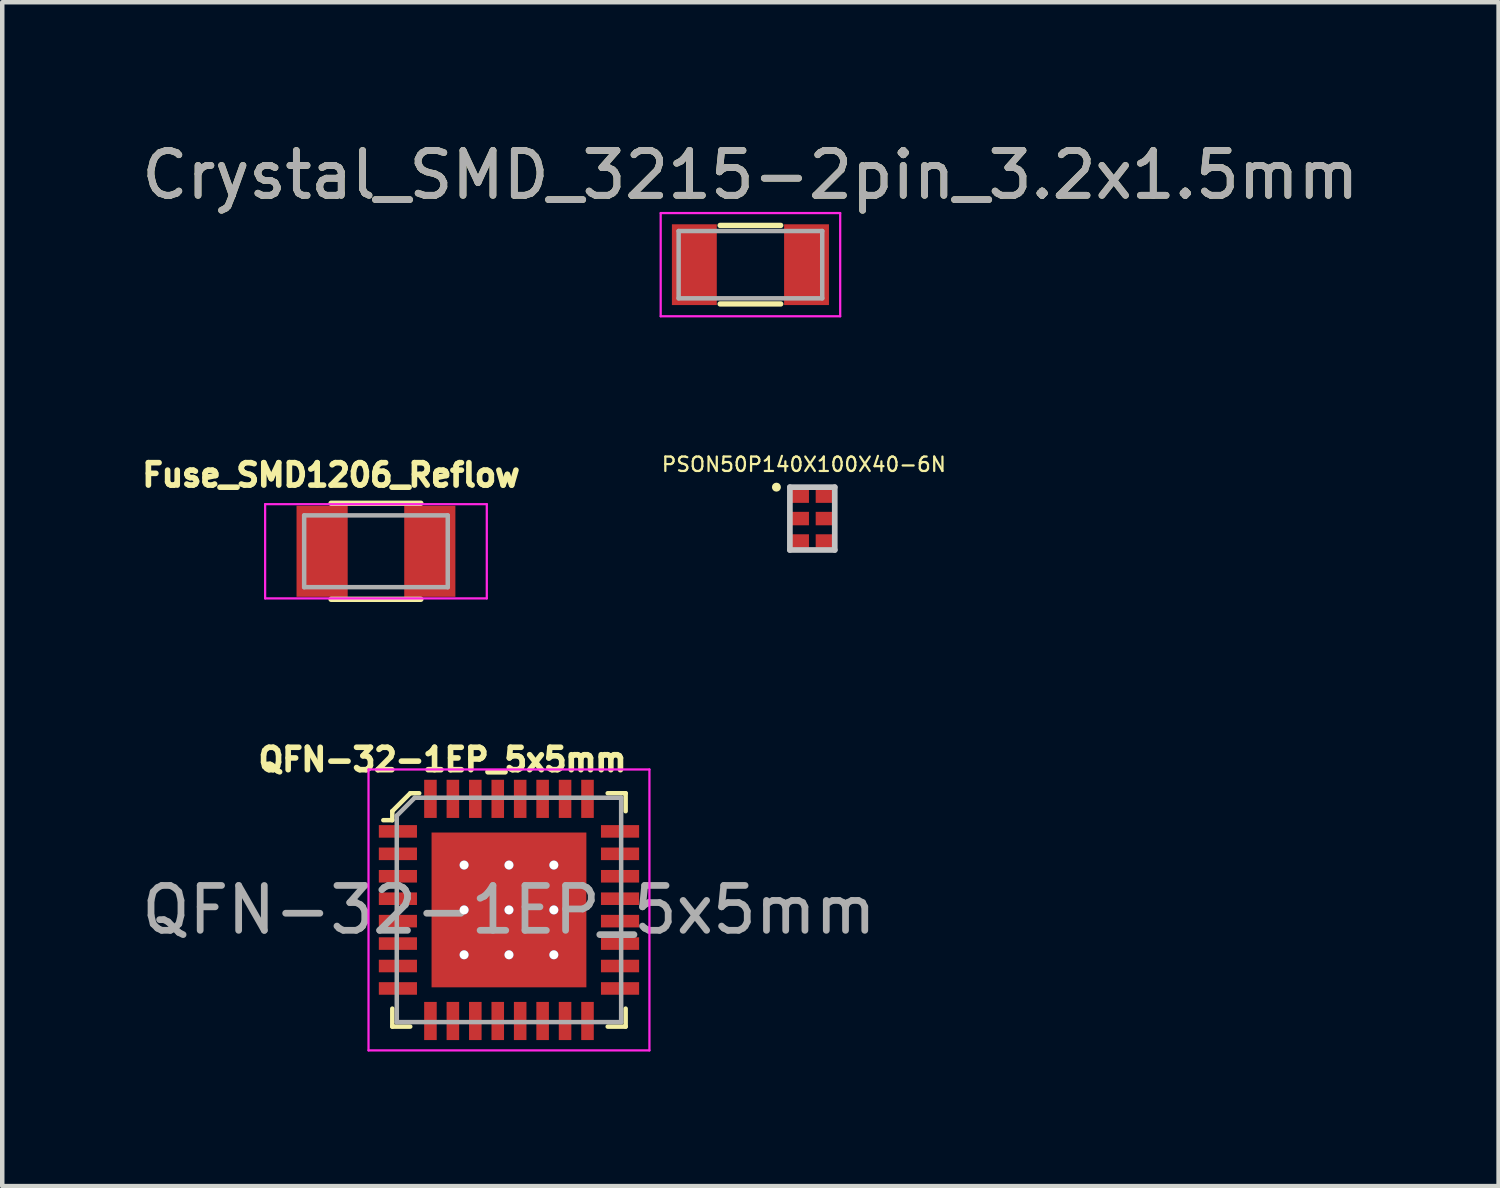
<source format=kicad_pcb>
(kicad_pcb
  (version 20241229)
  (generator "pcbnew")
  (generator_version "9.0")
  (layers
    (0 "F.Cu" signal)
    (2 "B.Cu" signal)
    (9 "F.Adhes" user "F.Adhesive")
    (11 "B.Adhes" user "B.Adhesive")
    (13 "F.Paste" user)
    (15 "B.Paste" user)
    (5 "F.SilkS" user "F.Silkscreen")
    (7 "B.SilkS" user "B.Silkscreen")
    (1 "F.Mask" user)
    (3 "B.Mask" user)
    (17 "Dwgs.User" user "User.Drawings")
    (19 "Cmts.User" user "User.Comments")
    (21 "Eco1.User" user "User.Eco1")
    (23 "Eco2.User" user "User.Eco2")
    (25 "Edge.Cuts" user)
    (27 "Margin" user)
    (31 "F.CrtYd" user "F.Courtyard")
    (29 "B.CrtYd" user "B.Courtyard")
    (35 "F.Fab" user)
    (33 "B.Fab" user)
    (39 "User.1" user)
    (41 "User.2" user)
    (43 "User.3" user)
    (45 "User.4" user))
  (footprint "PSON50P140X100X40-6N"
    (layer "F.Cu")
    (at 15.052 8.506)
    (property "Reference" "PSON50P140X100X40-6N" (at -0.188 -1.207 0) (layer "F.SilkS") (effects (font (size 0.321 0.321) (thickness 0.05))))
    (attr smd)
    (fp_circle (center -0.8 -0.7) (end -0.75 -0.7) (stroke (width 0.1) (type solid)) (fill no) (layer "F.SilkS"))
    (fp_line (start -0.5 -0.7) (end -0.5 0.7) (stroke (width 0.127) (type solid)) (layer "Dwgs.User"))
    (fp_line (start -0.5 0.7) (end 0.5 0.7) (stroke (width 0.127) (type solid)) (layer "Dwgs.User"))
    (fp_line (start 0.5 -0.7) (end -0.5 -0.7) (stroke (width 0.127) (type solid)) (layer "Dwgs.User"))
    (fp_line (start 0.5 0.7) (end 0.5 -0.7) (stroke (width 0.127) (type solid)) (layer "Dwgs.User"))
    (fp_line (start -0.75 -0.95) (end -0.75 0.95) (stroke (width 0.05) (type solid)) (layer "Eco1.User"))
    (fp_line (start -0.75 0.95) (end 0.75 0.95) (stroke (width 0.05) (type solid)) (layer "Eco1.User"))
    (fp_line (start 0.75 -0.95) (end -0.75 -0.95) (stroke (width 0.05) (type solid)) (layer "Eco1.User"))
    (fp_line (start 0.75 0.95) (end 0.75 -0.95) (stroke (width 0.05) (type solid)) (layer "Eco1.User"))
    (pad "1" smd rect (at -0.275 -0.5 270) (size 0.3 0.4) (layers "F.Cu" "F.Mask" "F.Paste"))
    (pad "2" smd rect (at -0.275 0 270) (size 0.3 0.4) (layers "F.Cu" "F.Mask" "F.Paste"))
    (pad "3" smd rect (at -0.275 0.5 270) (size 0.3 0.4) (layers "F.Cu" "F.Mask" "F.Paste"))
    (pad "4" smd rect (at 0.275 0.5 90) (size 0.3 0.4) (layers "F.Cu" "F.Mask" "F.Paste"))
    (pad "5" smd rect (at 0.275 0 90) (size 0.3 0.4) (layers "F.Cu" "F.Mask" "F.Paste"))
    (pad "6" smd rect (at 0.275 -0.5 90) (size 0.3 0.4) (layers "F.Cu" "F.Mask" "F.Paste")))
  (footprint "Crystal_SMD_3215-2pin_3.2x1.5mm"
    (layer "F.Cu")
    (at 13.673 2.848)
    (property "Reference" "Crystal_SMD_3215-2pin_3.2x1.5mm" (at 0 -2 0) (layer "F.SilkS") (effects (font (size 1 1) (thickness 0.15))))
    (attr smd)
    (fp_line (start -0.675 -0.875) (end 0.675 -0.875) (stroke (width 0.12) (type solid)) (layer "F.SilkS"))
    (fp_line (start -0.675 0.875) (end 0.675 0.875) (stroke (width 0.12) (type solid)) (layer "F.SilkS"))
    (fp_line (start -2 -1.15) (end -2 1.15) (stroke (width 0.05) (type solid)) (layer "F.CrtYd"))
    (fp_line (start -2 -1.15) (end 2 -1.15) (stroke (width 0.05) (type solid)) (layer "F.CrtYd"))
    (fp_line (start -2 1.15) (end 2 1.15) (stroke (width 0.05) (type solid)) (layer "F.CrtYd"))
    (fp_line (start 2 -1.15) (end 2 1.15) (stroke (width 0.05) (type solid)) (layer "F.CrtYd"))
    (fp_line (start -1.6 -0.75) (end -1.6 0.75) (stroke (width 0.1) (type solid)) (layer "F.Fab"))
    (fp_line (start -1.6 -0.75) (end 1.6 -0.75) (stroke (width 0.1) (type solid)) (layer "F.Fab"))
    (fp_line (start -1.6 0.75) (end 1.6 0.75) (stroke (width 0.1) (type solid)) (layer "F.Fab"))
    (fp_line (start 1.6 -0.75) (end 1.6 0.75) (stroke (width 0.1) (type solid)) (layer "F.Fab"))
    (fp_text user "${REFERENCE}" (at 0 -2 0) (layer "F.Fab") (effects (font (size 1 1) (thickness 0.15))))
    (pad "1" smd rect (at 1.25 0) (size 1 1.8) (layers "F.Cu" "F.Mask" "F.Paste"))
    (pad "2" smd rect (at -1.25 0) (size 1 1.8) (layers "F.Cu" "F.Mask" "F.Paste")))
  (footprint "Fuse_SMD1206_Reflow"
    (layer "F.Cu")
    (at 5.328 9.235)
    (property "Reference" "Fuse_SMD1206_Reflow" (at -1 -1.7 0) (layer "F.SilkS") (effects (font (size 0.5 0.5) (thickness 0.125))))
    (attr smd)
    (fp_line (start -1 -1.07) (end 1 -1.07) (stroke (width 0.12) (type solid)) (layer "F.SilkS"))
    (fp_line (start 1 1.07) (end -1 1.07) (stroke (width 0.12) (type solid)) (layer "F.SilkS"))
    (fp_line (start -2.47 -1.05) (end -2.47 1.05) (stroke (width 0.05) (type solid)) (layer "F.CrtYd"))
    (fp_line (start -2.47 -1.05) (end 2.47 -1.05) (stroke (width 0.05) (type solid)) (layer "F.CrtYd"))
    (fp_line (start 2.47 1.05) (end -2.47 1.05) (stroke (width 0.05) (type solid)) (layer "F.CrtYd"))
    (fp_line (start 2.47 1.05) (end 2.47 -1.05) (stroke (width 0.05) (type solid)) (layer "F.CrtYd"))
    (fp_line (start -1.6 -0.8) (end 1.6 -0.8) (stroke (width 0.1) (type solid)) (layer "F.Fab"))
    (fp_line (start -1.6 0.8) (end -1.6 -0.8) (stroke (width 0.1) (type solid)) (layer "F.Fab"))
    (fp_line (start 1.6 -0.8) (end 1.6 0.8) (stroke (width 0.1) (type solid)) (layer "F.Fab"))
    (fp_line (start 1.6 0.8) (end -1.6 0.8) (stroke (width 0.1) (type solid)) (layer "F.Fab"))
    (pad "1" smd rect (at -1.2 0 90) (size 2.03 1.14) (layers "F.Cu" "F.Mask" "F.Paste"))
    (pad "2" smd rect (at 1.2 0 90) (size 2.03 1.14) (layers "F.Cu" "F.Mask" "F.Paste")))
  (footprint "QFN-32-1EP_5x5mm"
    (layer "F.Cu")
    (at 8.812 17.677)
    (property "Reference" "QFN-32-1EP_5x5mm" (at -2 -3.8 0) (layer "F.SilkS") (effects (font (size 0.5 0.5) (thickness 0.125))))
    (attr through_hole)
    (fp_line (start -3.12 -2.65) (end -3.12 -2.45) (stroke (width 0.1) (type solid)) (layer "F.SilkS"))
    (fp_line (start -3.12 -2.45) (end -3.32 -2.45) (stroke (width 0.1) (type solid)) (layer "F.SilkS"))
    (fp_line (start -3.12 2.15) (end -3.12 1.75) (stroke (width 0.1) (type solid)) (layer "F.SilkS"))
    (fp_line (start -2.72 -3.05) (end -3.12 -2.65) (stroke (width 0.1) (type solid)) (layer "F.SilkS"))
    (fp_line (start -2.72 2.15) (end -3.12 2.15) (stroke (width 0.1) (type solid)) (layer "F.SilkS"))
    (fp_line (start -2.52 -3.05) (end -2.72 -3.05) (stroke (width 0.1) (type solid)) (layer "F.SilkS"))
    (fp_line (start 2.08 -3.05) (end 1.68 -3.05) (stroke (width 0.1) (type solid)) (layer "F.SilkS"))
    (fp_line (start 2.08 -3.05) (end 2.08 -2.65) (stroke (width 0.1) (type solid)) (layer "F.SilkS"))
    (fp_line (start 2.08 1.75) (end 2.08 2.15) (stroke (width 0.1) (type solid)) (layer "F.SilkS"))
    (fp_line (start 2.08 2.15) (end 1.68 2.15) (stroke (width 0.1) (type solid)) (layer "F.SilkS"))
    (fp_line (start -3.65 2.68) (end -3.65 -3.58) (stroke (width 0.05) (type solid)) (layer "F.CrtYd"))
    (fp_line (start 2.61 -3.58) (end -3.65 -3.58) (stroke (width 0.05) (type solid)) (layer "F.CrtYd"))
    (fp_line (start 2.61 -3.58) (end 2.61 2.68) (stroke (width 0.05) (type solid)) (layer "F.CrtYd"))
    (fp_line (start 2.61 2.68) (end -3.65 2.68) (stroke (width 0.05) (type solid)) (layer "F.CrtYd"))
    (fp_line (start -3.02 -2.55) (end -3.02 2.05) (stroke (width 0.1) (type solid)) (layer "F.Fab"))
    (fp_line (start -2.62 -2.95) (end -3.02 -2.55) (stroke (width 0.1) (type solid)) (layer "F.Fab"))
    (fp_line (start -2.62 -2.95) (end 1.98 -2.95) (stroke (width 0.1) (type solid)) (layer "F.Fab"))
    (fp_line (start 1.98 -2.95) (end 1.98 2.05) (stroke (width 0.1) (type solid)) (layer "F.Fab"))
    (fp_line (start 1.98 2.05) (end -3.02 2.05) (stroke (width 0.1) (type solid)) (layer "F.Fab"))
    (fp_text user "${REFERENCE}" (at -0.52 -0.45 0) (layer "F.Fab") (effects (font (size 1 1) (thickness 0.15))))
    (pad "1" smd rect (at -2.995 -2.2 270) (size 0.28 0.85) (layers "F.Cu" "F.Mask" "F.Paste"))
    (pad "2" smd rect (at -2.995 -1.7 270) (size 0.28 0.85) (layers "F.Cu" "F.Mask" "F.Paste"))
    (pad "3" smd rect (at -2.995 -1.2 270) (size 0.28 0.85) (layers "F.Cu" "F.Mask" "F.Paste"))
    (pad "4" smd rect (at -2.995 -0.7 270) (size 0.28 0.85) (layers "F.Cu" "F.Mask" "F.Paste"))
    (pad "5" smd rect (at -2.995 -0.2 270) (size 0.28 0.85) (layers "F.Cu" "F.Mask" "F.Paste"))
    (pad "6" smd rect (at -2.995 0.3 270) (size 0.28 0.85) (layers "F.Cu" "F.Mask" "F.Paste"))
    (pad "7" smd rect (at -2.995 0.8 270) (size 0.28 0.85) (layers "F.Cu" "F.Mask" "F.Paste"))
    (pad "8" smd rect (at -2.995 1.3 270) (size 0.28 0.85) (layers "F.Cu" "F.Mask" "F.Paste"))
    (pad "9" smd rect (at -2.27 2.025 270) (size 0.85 0.28) (layers "F.Cu" "F.Mask" "F.Paste"))
    (pad "10" smd rect (at -1.77 2.025 270) (size 0.85 0.28) (layers "F.Cu" "F.Mask" "F.Paste"))
    (pad "11" smd rect (at -1.27 2.025 270) (size 0.85 0.28) (layers "F.Cu" "F.Mask" "F.Paste"))
    (pad "12" smd rect (at -0.77 2.025 270) (size 0.85 0.28) (layers "F.Cu" "F.Mask" "F.Paste"))
    (pad "13" smd rect (at -0.27 2.025 270) (size 0.85 0.28) (layers "F.Cu" "F.Mask" "F.Paste"))
    (pad "14" smd rect (at 0.23 2.025 270) (size 0.85 0.28) (layers "F.Cu" "F.Mask" "F.Paste"))
    (pad "15" smd rect (at 0.73 2.025 270) (size 0.85 0.28) (layers "F.Cu" "F.Mask" "F.Paste"))
    (pad "16" smd rect (at 1.23 2.025 270) (size 0.85 0.28) (layers "F.Cu" "F.Mask" "F.Paste"))
    (pad "17" smd rect (at 1.955 1.3 270) (size 0.28 0.85) (layers "F.Cu" "F.Mask" "F.Paste"))
    (pad "18" smd rect (at 1.955 0.8 270) (size 0.28 0.85) (layers "F.Cu" "F.Mask" "F.Paste"))
    (pad "19" smd rect (at 1.955 0.3 270) (size 0.28 0.85) (layers "F.Cu" "F.Mask" "F.Paste"))
    (pad "20" smd rect (at 1.955 -0.2 270) (size 0.28 0.85) (layers "F.Cu" "F.Mask" "F.Paste"))
    (pad "21" smd rect (at 1.955 -0.7 270) (size 0.28 0.85) (layers "F.Cu" "F.Mask" "F.Paste"))
    (pad "22" smd rect (at 1.955 -1.2 270) (size 0.28 0.85) (layers "F.Cu" "F.Mask" "F.Paste"))
    (pad "23" smd rect (at 1.955 -1.7 270) (size 0.28 0.85) (layers "F.Cu" "F.Mask" "F.Paste"))
    (pad "24" smd rect (at 1.955 -2.2 270) (size 0.28 0.85) (layers "F.Cu" "F.Mask" "F.Paste"))
    (pad "25" smd rect (at 1.23 -2.925 270) (size 0.85 0.28) (layers "F.Cu" "F.Mask" "F.Paste"))
    (pad "26" smd rect (at 0.73 -2.925 270) (size 0.85 0.28) (layers "F.Cu" "F.Mask" "F.Paste"))
    (pad "27" smd rect (at 0.23 -2.925 270) (size 0.85 0.28) (layers "F.Cu" "F.Mask" "F.Paste"))
    (pad "28" smd rect (at -0.27 -2.925 270) (size 0.85 0.28) (layers "F.Cu" "F.Mask" "F.Paste"))
    (pad "29" smd rect (at -0.77 -2.925 270) (size 0.85 0.28) (layers "F.Cu" "F.Mask" "F.Paste"))
    (pad "30" smd rect (at -1.27 -2.925 270) (size 0.85 0.28) (layers "F.Cu" "F.Mask" "F.Paste"))
    (pad "31" smd rect (at -1.77 -2.925 270) (size 0.85 0.28) (layers "F.Cu" "F.Mask" "F.Paste"))
    (pad "32" smd rect (at -2.27 -2.925 270) (size 0.85 0.28) (layers "F.Cu" "F.Mask" "F.Paste"))
    (pad "33" thru_hole circle (at -1.52 -1.45 270) (size 0.2 0.2) (drill 0.2) (layers "*.Cu" "*.Mask"))
    (pad "33" thru_hole circle (at -1.52 -0.45 270) (size 0.2 0.2) (drill 0.2) (layers "*.Cu" "*.Mask"))
    (pad "33" thru_hole circle (at -1.52 0.55 270) (size 0.2 0.2) (drill 0.2) (layers "*.Cu" "*.Mask"))
    (pad "33" thru_hole circle (at -0.52 -1.45 270) (size 0.2 0.2) (drill 0.2) (layers "*.Cu" "*.Mask"))
    (pad "33" thru_hole circle (at -0.52 -0.45 270) (size 0.2 0.2) (drill 0.2) (layers "*.Cu" "*.Mask"))
    (pad "33" smd rect (at -0.52 -0.45 270) (size 3.45 3.45) (layers "F.Cu" "F.Mask" "F.Paste"))
    (pad "33" thru_hole circle (at -0.52 0.55 270) (size 0.2 0.2) (drill 0.2) (layers "*.Cu" "*.Mask"))
    (pad "33" thru_hole circle (at 0.48 -1.45 270) (size 0.2 0.2) (drill 0.2) (layers "*.Cu" "*.Mask"))
    (pad "33" thru_hole circle (at 0.48 -0.45 270) (size 0.2 0.2) (drill 0.2) (layers "*.Cu" "*.Mask"))
    (pad "33" thru_hole circle (at 0.48 0.55 270) (size 0.2 0.2) (drill 0.2) (layers "*.Cu" "*.Mask")))
  (gr_rect
    (start -3 -3)
    (end 30.345 23.382)
    (stroke (width 0.1) (type default))
    (fill no)
    (layer "Edge.Cuts")))
</source>
